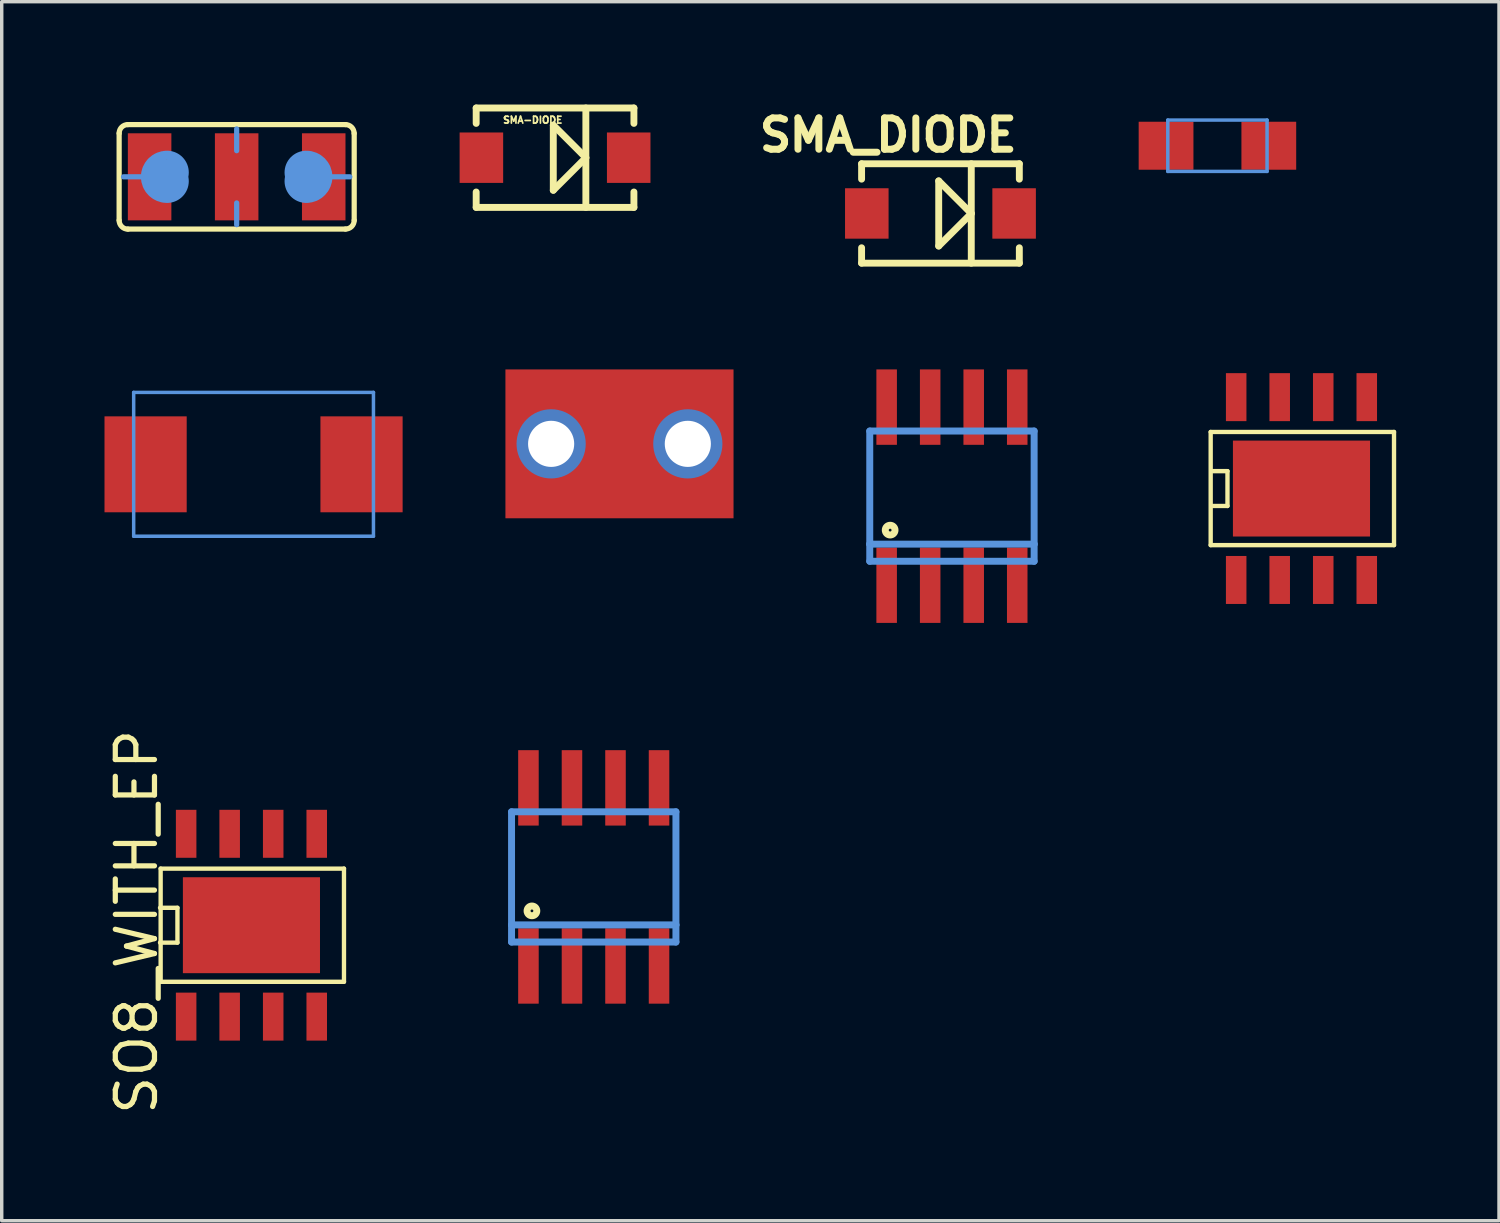
<source format=kicad_pcb>
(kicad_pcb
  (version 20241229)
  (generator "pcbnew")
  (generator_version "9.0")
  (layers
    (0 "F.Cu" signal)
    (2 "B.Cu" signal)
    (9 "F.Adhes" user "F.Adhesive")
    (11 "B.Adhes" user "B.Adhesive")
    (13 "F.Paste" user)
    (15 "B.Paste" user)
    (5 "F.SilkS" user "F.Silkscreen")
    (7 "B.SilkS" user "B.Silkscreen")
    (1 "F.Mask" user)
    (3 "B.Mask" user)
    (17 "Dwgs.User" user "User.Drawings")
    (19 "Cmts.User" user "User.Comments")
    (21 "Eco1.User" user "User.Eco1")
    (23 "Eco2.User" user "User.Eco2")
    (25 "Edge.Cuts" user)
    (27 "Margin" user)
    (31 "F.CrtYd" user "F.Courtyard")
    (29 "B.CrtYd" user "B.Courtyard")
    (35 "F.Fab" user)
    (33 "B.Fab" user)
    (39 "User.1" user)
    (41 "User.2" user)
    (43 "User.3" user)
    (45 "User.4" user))
  (footprint "SO08_4mm_EP"
    (layer "F.Cu")
    (at 34.922 11.204)
    (property "Reference" "SO08_4mm_EP" (at -3.2 -0.1 90) (layer "Eco1.User") (effects (font (size 0.6 0.6) (thickness 0.1))))
    (attr smd)
    (fp_line (start -2.649 -1.651) (end -2.649 1.651) (stroke (width 0.127) (type solid)) (layer "F.SilkS"))
    (fp_line (start -2.649 -1.651) (end 2.7 -1.651) (stroke (width 0.127) (type solid)) (layer "F.SilkS"))
    (fp_line (start -2.6 -0.508) (end -2.159 -0.508) (stroke (width 0.127) (type solid)) (layer "F.SilkS"))
    (fp_line (start -2.159 -0.508) (end -2.159 0.508) (stroke (width 0.127) (type solid)) (layer "F.SilkS"))
    (fp_line (start -2.159 0.508) (end -2.6 0.508) (stroke (width 0.127) (type solid)) (layer "F.SilkS"))
    (fp_line (start 2.7 -1.651) (end 2.7 1.651) (stroke (width 0.127) (type solid)) (layer "F.SilkS"))
    (fp_line (start 2.7 1.651) (end -2.649 1.651) (stroke (width 0.127) (type solid)) (layer "F.SilkS"))
    (pad "1" smd rect (at -1.905 2.667) (size 0.599 1.4) (layers "F.Cu" "F.Mask" "F.Paste"))
    (pad "2" smd rect (at -0.635 2.667) (size 0.599 1.4) (layers "F.Cu" "F.Mask" "F.Paste"))
    (pad "3" smd rect (at 0.635 2.667) (size 0.599 1.4) (layers "F.Cu" "F.Mask" "F.Paste"))
    (pad "4" smd rect (at 1.905 2.667) (size 0.599 1.4) (layers "F.Cu" "F.Mask" "F.Paste"))
    (pad "5" smd rect (at 1.905 -2.667) (size 0.599 1.4) (layers "F.Cu" "F.Mask" "F.Paste"))
    (pad "6" smd rect (at 0.635 -2.667) (size 0.599 1.4) (layers "F.Cu" "F.Mask" "F.Paste"))
    (pad "7" smd rect (at -0.635 -2.667) (size 0.599 1.4) (layers "F.Cu" "F.Mask" "F.Paste"))
    (pad "8" smd rect (at -1.905 -2.667) (size 0.599 1.4) (layers "F.Cu" "F.Mask" "F.Paste"))
    (pad "PAD" smd rect (at 0 0) (size 4 2.799) (layers "F.Cu" "F.Mask" "F.Paste")))
  (footprint "SO8_WITH_EP"
    (layer "F.Cu")
    (at 4.286 23.944)
    (property "Reference" "SO8_WITH_EP" (at -3.35 -0.099 90) (layer "F.SilkS") (effects (font (size 1.143 1.143) (thickness 0.152))))
    (attr smd)
    (fp_line (start -2.667 -0.508) (end -2.159 -0.508) (stroke (width 0.127) (type solid)) (layer "F.SilkS"))
    (fp_line (start -2.649 -1.651) (end -2.649 1.651) (stroke (width 0.127) (type solid)) (layer "F.SilkS"))
    (fp_line (start -2.649 -1.651) (end 2.7 -1.651) (stroke (width 0.127) (type solid)) (layer "F.SilkS"))
    (fp_line (start -2.159 -0.508) (end -2.159 0.508) (stroke (width 0.127) (type solid)) (layer "F.SilkS"))
    (fp_line (start -2.159 0.508) (end -2.667 0.508) (stroke (width 0.127) (type solid)) (layer "F.SilkS"))
    (fp_line (start 2.7 -1.651) (end 2.7 1.651) (stroke (width 0.127) (type solid)) (layer "F.SilkS"))
    (fp_line (start 2.7 1.651) (end -2.649 1.651) (stroke (width 0.127) (type solid)) (layer "F.SilkS"))
    (pad "1" smd rect (at -1.905 2.667) (size 0.599 1.4) (layers "F.Cu" "F.Mask" "F.Paste"))
    (pad "2" smd rect (at -0.635 2.667) (size 0.599 1.4) (layers "F.Cu" "F.Mask" "F.Paste"))
    (pad "3" smd rect (at 0.635 2.667) (size 0.599 1.4) (layers "F.Cu" "F.Mask" "F.Paste"))
    (pad "4" smd rect (at 1.905 2.667) (size 0.599 1.4) (layers "F.Cu" "F.Mask" "F.Paste"))
    (pad "5" smd rect (at 1.905 -2.667) (size 0.599 1.4) (layers "F.Cu" "F.Mask" "F.Paste"))
    (pad "6" smd rect (at 0.635 -2.667) (size 0.599 1.4) (layers "F.Cu" "F.Mask" "F.Paste"))
    (pad "7" smd rect (at -0.635 -2.667) (size 0.599 1.4) (layers "F.Cu" "F.Mask" "F.Paste"))
    (pad "8" smd rect (at -1.905 -2.667) (size 0.599 1.4) (layers "F.Cu" "F.Mask" "F.Paste"))
    (pad "PAD" smd rect (at 0 0) (size 4 2.799) (layers "F.Cu" "F.Mask" "F.Paste")))
  (footprint "SMC_D"
    (layer "F.Cu")
    (at 4.348 10.497)
    (property "Reference" "SMC_D" (at -0.508 -2.032 0) (layer "Eco1.User") (effects (font (size 1.016 1.016) (thickness 0.081))))
    (attr through_hole)
    (fp_line (start -3.498 -2.098) (end 3.498 -2.098) (stroke (width 0.102) (type solid)) (layer "Cmts.User"))
    (fp_line (start -3.498 2.098) (end -3.498 -2.098) (stroke (width 0.102) (type solid)) (layer "Cmts.User"))
    (fp_line (start 3.498 -2.098) (end 3.498 2.098) (stroke (width 0.102) (type solid)) (layer "Cmts.User"))
    (fp_line (start 3.498 2.098) (end -3.498 2.098) (stroke (width 0.102) (type solid)) (layer "Cmts.User"))
    (pad "+" smd rect (at -3.15 0) (size 2.398 2.799) (layers "F.Cu" "F.Mask" "F.Paste"))
    (pad "-" smd rect (at 3.15 0 180) (size 2.398 2.799) (layers "F.Cu" "F.Mask" "F.Paste")))
  (footprint "SMC_A"
    (layer "F.Cu")
    (at 32.47 1.202)
    (property "Reference" "SMC_A" (at 0.434 -0.465 0) (layer "Eco1.User") (effects (font (size 1.016 1.016) (thickness 0.081))))
    (attr through_hole)
    (fp_line (start -1.448 -0.749) (end 1.448 -0.749) (stroke (width 0.102) (type solid)) (layer "Cmts.User"))
    (fp_line (start -1.448 0.749) (end -1.448 -0.749) (stroke (width 0.102) (type solid)) (layer "Cmts.User"))
    (fp_line (start 1.448 -0.749) (end 1.448 0.749) (stroke (width 0.102) (type solid)) (layer "Cmts.User"))
    (fp_line (start 1.448 0.749) (end -1.448 0.749) (stroke (width 0.102) (type solid)) (layer "Cmts.User"))
    (pad "+" smd rect (at -1.499 0) (size 1.598 1.4) (layers "F.Cu" "F.Mask" "F.Paste"))
    (pad "-" smd rect (at 1.499 0 180) (size 1.598 1.4) (layers "F.Cu" "F.Mask" "F.Paste")))
  (footprint "SJ_2W"
    (layer "F.Cu")
    (at 3.855 2.109)
    (property "Reference" "SJ_2W" (at -0.889 -1.143 0) (layer "Eco1.User") (effects (font (size 1.27 1.27) (thickness 0.127))))
    (attr through_hole)
    (fp_line (start -3.429 1.27) (end -3.429 -1.27) (stroke (width 0.152) (type solid)) (layer "F.SilkS"))
    (fp_line (start -3.175 -1.524) (end 3.175 -1.524) (stroke (width 0.152) (type solid)) (layer "F.SilkS"))
    (fp_line (start 3.175 1.524) (end -3.175 1.524) (stroke (width 0.152) (type solid)) (layer "F.SilkS"))
    (fp_line (start 3.429 1.27) (end 3.429 -1.27) (stroke (width 0.152) (type solid)) (layer "F.SilkS"))
    (fp_arc (start -3.429 -1.27) (mid -3.354605 -1.449605) (end -3.175 -1.524) (stroke (width 0.1524) (type solid)) (layer "F.SilkS"))
    (fp_arc (start -3.17246 1.52654) (mid -3.353861 1.451401) (end -3.429 1.27) (stroke (width 0.1524) (type solid)) (layer "F.SilkS"))
    (fp_arc (start 3.175 -1.524) (mid 3.353861 -1.447809) (end 3.42646 -1.26746) (stroke (width 0.1524) (type solid)) (layer "F.SilkS"))
    (fp_arc (start 3.429 1.27) (mid 3.354605 1.449605) (end 3.175 1.524) (stroke (width 0.1524) (type solid)) (layer "F.SilkS"))
    (fp_line (start -2.794 0) (end -3.302 0) (stroke (width 0.152) (type solid)) (layer "Cmts.User"))
    (fp_line (start 0 -0.762) (end 0 -1.397) (stroke (width 0.152) (type solid)) (layer "Cmts.User"))
    (fp_line (start 0 1.397) (end 0 0.762) (stroke (width 0.152) (type solid)) (layer "Cmts.User"))
    (fp_line (start 2.794 0) (end 3.302 0) (stroke (width 0.152) (type solid)) (layer "Cmts.User"))
    (fp_arc (start -2.032 0.127) (mid -2.159 0) (end -2.032 -0.127) (stroke (width 1.27) (type solid)) (layer "Cmts.User"))
    (fp_arc (start 2.032 -0.127) (mid 2.159 0) (end 2.032 0.127) (stroke (width 1.27) (type solid)) (layer "Cmts.User"))
    (pad "1" smd rect (at -2.54 0) (size 1.27 2.54) (layers "F.Cu" "F.Mask"))
    (pad "2" smd rect (at 0 0) (size 1.27 2.54) (layers "F.Cu" "F.Mask"))
    (pad "3" smd rect (at 2.54 0) (size 1.27 2.54) (layers "F.Cu" "F.Mask")))
  (footprint "SMA_DIODE"
    (layer "F.Cu")
    (at 24.389 3.178)
    (property "Reference" "SMA_DIODE" (at -1.524 -2.286 0) (layer "F.SilkS") (effects (font (size 0.914 0.914) (thickness 0.203))))
    (attr smd)
    (fp_line (start -2.301 -1.45) (end -2.301 -1.001) (stroke (width 0.201) (type solid)) (layer "F.SilkS"))
    (fp_line (start -2.301 -1.45) (end 2.301 -1.45) (stroke (width 0.201) (type solid)) (layer "F.SilkS"))
    (fp_line (start -2.301 1.45) (end -2.301 1.001) (stroke (width 0.201) (type solid)) (layer "F.SilkS"))
    (fp_line (start -2.301 1.45) (end 2.301 1.45) (stroke (width 0.201) (type solid)) (layer "F.SilkS"))
    (fp_line (start -0.051 0.95) (end -0.051 -0.95) (stroke (width 0.201) (type solid)) (layer "F.SilkS"))
    (fp_line (start 0.899 -1.45) (end 0.899 1.45) (stroke (width 0.201) (type solid)) (layer "F.SilkS"))
    (fp_line (start 0.899 0) (end -0.051 -0.95) (stroke (width 0.201) (type solid)) (layer "F.SilkS"))
    (fp_line (start 0.899 0) (end -0.051 0.95) (stroke (width 0.201) (type solid)) (layer "F.SilkS"))
    (fp_line (start 2.301 -1.45) (end 2.301 -1.001) (stroke (width 0.201) (type solid)) (layer "F.SilkS"))
    (fp_line (start 2.301 1.45) (end 2.301 1.001) (stroke (width 0.201) (type solid)) (layer "F.SilkS"))
    (pad "A" smd rect (at -2.149 0) (size 1.27 1.471) (layers "F.Cu" "F.Mask" "F.Paste"))
    (pad "K" smd rect (at 2.149 0) (size 1.27 1.471) (layers "F.Cu" "F.Mask" "F.Paste")))
  (footprint "SO08"
    (layer "F.Cu")
    (at 14.273 22.535)
    (property "Reference" "SO08" (at -3.302 -1.905 90) (layer "Eco1.User") (effects (font (size 1.27 1.27) (thickness 0.102))))
    (attr through_hole)
    (fp_circle (center -1.803 0.991) (end -1.661 0.991) (stroke (width 0.203) (type solid)) (fill no) (layer "F.SilkS"))
    (fp_line (start -2.398 -1.9) (end 2.398 -1.9) (stroke (width 0.203) (type solid)) (layer "Cmts.User"))
    (fp_line (start -2.398 1.4) (end -2.398 -1.9) (stroke (width 0.203) (type solid)) (layer "Cmts.User"))
    (fp_line (start -2.398 1.9) (end -2.398 1.4) (stroke (width 0.203) (type solid)) (layer "Cmts.User"))
    (fp_line (start 2.398 -1.9) (end 2.398 1.4) (stroke (width 0.203) (type solid)) (layer "Cmts.User"))
    (fp_line (start 2.398 1.4) (end -2.398 1.4) (stroke (width 0.203) (type solid)) (layer "Cmts.User"))
    (fp_line (start 2.398 1.4) (end 2.398 1.9) (stroke (width 0.203) (type solid)) (layer "Cmts.User"))
    (fp_line (start 2.398 1.9) (end -2.398 1.9) (stroke (width 0.203) (type solid)) (layer "Cmts.User"))
    (pad "1" smd rect (at -1.905 2.598) (size 0.599 2.2) (layers "F.Cu" "F.Mask" "F.Paste"))
    (pad "2" smd rect (at -0.635 2.598) (size 0.599 2.2) (layers "F.Cu" "F.Mask" "F.Paste"))
    (pad "3" smd rect (at 0.635 2.598) (size 0.599 2.2) (layers "F.Cu" "F.Mask" "F.Paste"))
    (pad "4" smd rect (at 1.905 2.598) (size 0.599 2.2) (layers "F.Cu" "F.Mask" "F.Paste"))
    (pad "5" smd rect (at 1.905 -2.598) (size 0.599 2.2) (layers "F.Cu" "F.Mask" "F.Paste"))
    (pad "6" smd rect (at 0.635 -2.598) (size 0.599 2.2) (layers "F.Cu" "F.Mask" "F.Paste"))
    (pad "7" smd rect (at -0.635 -2.598) (size 0.599 2.2) (layers "F.Cu" "F.Mask" "F.Paste"))
    (pad "8" smd rect (at -1.905 -2.598) (size 0.599 2.2) (layers "F.Cu" "F.Mask" "F.Paste")))
  (footprint "SMA-DIODE"
    (layer "F.Cu")
    (at 13.144 1.551)
    (property "Reference" "SMA-DIODE" (at -0.65 -1.1 0) (layer "F.SilkS") (effects (font (size 0.2 0.2) (thickness 0.05))))
    (attr smd)
    (fp_line (start -2.301 -1.45) (end -2.301 -1.001) (stroke (width 0.201) (type solid)) (layer "F.SilkS"))
    (fp_line (start -2.301 -1.45) (end 2.301 -1.45) (stroke (width 0.201) (type solid)) (layer "F.SilkS"))
    (fp_line (start -2.301 1.45) (end -2.301 1.001) (stroke (width 0.201) (type solid)) (layer "F.SilkS"))
    (fp_line (start -2.301 1.45) (end 2.301 1.45) (stroke (width 0.201) (type solid)) (layer "F.SilkS"))
    (fp_line (start -0.051 0.95) (end -0.051 -0.95) (stroke (width 0.201) (type solid)) (layer "F.SilkS"))
    (fp_line (start 0.899 -1.45) (end 0.899 1.45) (stroke (width 0.201) (type solid)) (layer "F.SilkS"))
    (fp_line (start 0.899 0) (end -0.051 -0.95) (stroke (width 0.201) (type solid)) (layer "F.SilkS"))
    (fp_line (start 0.899 0) (end -0.051 0.95) (stroke (width 0.201) (type solid)) (layer "F.SilkS"))
    (fp_line (start 2.301 -1.45) (end 2.301 -1.001) (stroke (width 0.201) (type solid)) (layer "F.SilkS"))
    (fp_line (start 2.301 1.45) (end 2.301 1.001) (stroke (width 0.201) (type solid)) (layer "F.SilkS"))
    (pad "A" smd rect (at -2.149 0) (size 1.27 1.471) (layers "F.Cu" "F.Mask" "F.Paste"))
    (pad "K" smd rect (at 2.149 0) (size 1.27 1.471) (layers "F.Cu" "F.Mask" "F.Paste")))
  (footprint "SO08_4mm"
    (layer "F.Cu")
    (at 24.724 11.426)
    (property "Reference" "SO08_4mm" (at 0.05 0 0) (layer "Eco1.User") (effects (font (size 0.8 0.8) (thickness 0.125))))
    (attr through_hole)
    (fp_circle (center -1.803 0.991) (end -1.661 0.991) (stroke (width 0.203) (type solid)) (fill no) (layer "F.SilkS"))
    (fp_line (start -2.398 -1.9) (end 2.398 -1.9) (stroke (width 0.203) (type solid)) (layer "Cmts.User"))
    (fp_line (start -2.398 1.4) (end -2.398 -1.9) (stroke (width 0.203) (type solid)) (layer "Cmts.User"))
    (fp_line (start -2.398 1.9) (end -2.398 1.4) (stroke (width 0.203) (type solid)) (layer "Cmts.User"))
    (fp_line (start 2.398 -1.9) (end 2.398 1.4) (stroke (width 0.203) (type solid)) (layer "Cmts.User"))
    (fp_line (start 2.398 1.4) (end -2.398 1.4) (stroke (width 0.203) (type solid)) (layer "Cmts.User"))
    (fp_line (start 2.398 1.4) (end 2.398 1.9) (stroke (width 0.203) (type solid)) (layer "Cmts.User"))
    (fp_line (start 2.398 1.9) (end -2.398 1.9) (stroke (width 0.203) (type solid)) (layer "Cmts.User"))
    (pad "1" smd rect (at -1.905 2.598) (size 0.599 2.2) (layers "F.Cu" "F.Mask" "F.Paste"))
    (pad "2" smd rect (at -0.635 2.598) (size 0.599 2.2) (layers "F.Cu" "F.Mask" "F.Paste"))
    (pad "3" smd rect (at 0.635 2.598) (size 0.599 2.2) (layers "F.Cu" "F.Mask" "F.Paste"))
    (pad "4" smd rect (at 1.905 2.598) (size 0.599 2.2) (layers "F.Cu" "F.Mask" "F.Paste"))
    (pad "5" smd rect (at 1.905 -2.598) (size 0.599 2.2) (layers "F.Cu" "F.Mask" "F.Paste"))
    (pad "6" smd rect (at 0.635 -2.598) (size 0.599 2.2) (layers "F.Cu" "F.Mask" "F.Paste"))
    (pad "7" smd rect (at -0.635 -2.598) (size 0.599 2.2) (layers "F.Cu" "F.Mask" "F.Paste"))
    (pad "8" smd rect (at -1.905 -2.598) (size 0.599 2.2) (layers "F.Cu" "F.Mask" "F.Paste")))
  (footprint "SMTRA-256-8-6"
    (layer "F.Cu")
    (at 15.024 9.9)
    (property "Reference" "SMTRA-256-8-6" (at 0 0 0) (layer "Cmts.User") (effects (font (size 0.001 0.001) (thickness 0.000001))))
    (attr through_hole)
    (pad "P$1" thru_hole oval (at -1.994 0) (size 2.019 2.019) (drill 1.346) (layers "*.Cu" "*.Mask"))
    (pad "P$2" thru_hole oval (at 1.994 0) (size 2.019 2.019) (drill 1.346) (layers "*.Cu" "*.Mask"))
    (pad "P$3" smd rect (at 0 0) (size 6.655 4.343) (layers "F.Cu" "F.Mask" "F.Paste")))
  (gr_rect
    (start -3 -3)
    (end 40.685 32.566)
    (stroke (width 0.1) (type default))
    (fill no)
    (layer "Edge.Cuts")))
</source>
